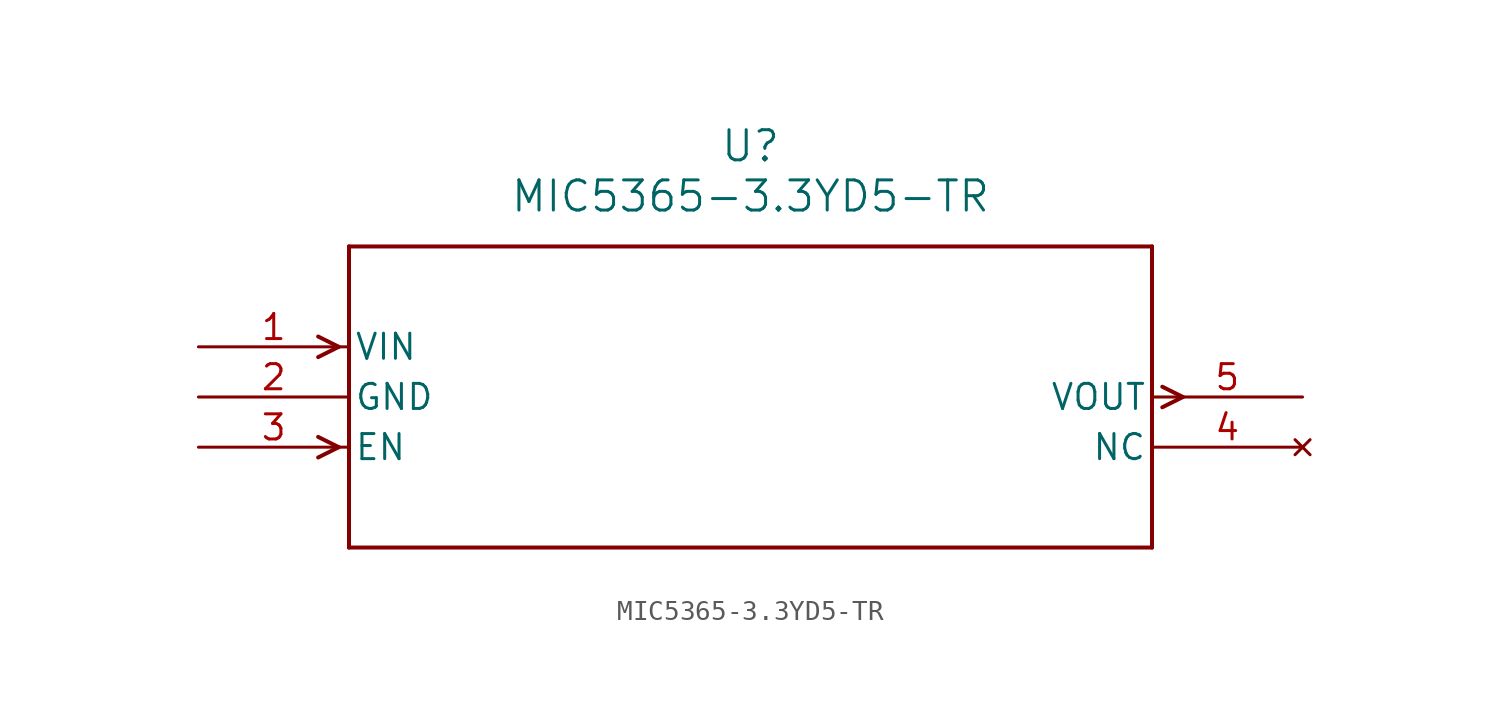
<source format=kicad_sym>
(kicad_symbol_lib
  (version 20211014)
  (generator kicad_symbol_editor)
  (symbol "MIC5365-3.3YD5-TR"
    (pin_names
      (offset 0.254))
    (property "Reference" "U"
      (at 27.94 10.16 0)
      (effects (font (size 1.524 1.524))))
    (property "Value" "MIC5365-3.3YD5-TR"
      (at 27.94 7.62 0)
      (effects (font (size 1.524 1.524))))
    (symbol "MIC5365-3.3YD5-TR_0_1"
      (polyline (pts (xy 7.099 0) (xy 6.058 0.521)) (stroke (width 0.203) (type default) (color 0 0 0 0)) (fill (type none)))
      (polyline (pts (xy 7.099 0) (xy 6.058 -0.521)) (stroke (width 0.203) (type default) (color 0 0 0 0)) (fill (type none)))
      (polyline (pts (xy 7.099 -5.08) (xy 6.058 -4.559)) (stroke (width 0.203) (type default) (color 0 0 0 0)) (fill (type none)))
      (polyline (pts (xy 7.099 -5.08) (xy 6.058 -5.601)) (stroke (width 0.203) (type default) (color 0 0 0 0)) (fill (type none)))
      (polyline (pts (xy 48.781 -2.019) (xy 49.822 -2.54)) (stroke (width 0.203) (type default) (color 0 0 0 0)) (fill (type none)))
      (polyline (pts (xy 48.781 -3.061) (xy 49.822 -2.54)) (stroke (width 0.203) (type default) (color 0 0 0 0)) (fill (type none)))
      (polyline (pts (xy 7.62 5.08) (xy 7.62 -10.16)) (stroke (width 0.203) (type default) (color 0 0 0 0)) (fill (type none)))
      (polyline (pts (xy 7.62 -10.16) (xy 48.26 -10.16)) (stroke (width 0.203) (type default) (color 0 0 0 0)) (fill (type none)))
      (polyline (pts (xy 48.26 -10.16) (xy 48.26 5.08)) (stroke (width 0.203) (type default) (color 0 0 0 0)) (fill (type none)))
      (polyline (pts (xy 48.26 5.08) (xy 7.62 5.08)) (stroke (width 0.203) (type default) (color 0 0 0 0)) (fill (type none)))
      (pin input line (at 0 0 0) (length 7.62) (name "VIN" (effects (font (size 1.27 1.27)))) (number "1" (effects (font (size 1.27 1.27)))))
      (pin power_in line (at 0 -2.54 0) (length 7.62) (name "GND" (effects (font (size 1.27 1.27)))) (number "2" (effects (font (size 1.27 1.27)))))
      (pin input line (at 0 -5.08 0) (length 7.62) (name "EN" (effects (font (size 1.27 1.27)))) (number "3" (effects (font (size 1.27 1.27)))))
      (pin no_connect line (at 55.88 -5.08 180) (length 7.62) (name "NC" (effects (font (size 1.27 1.27)))) (number "4" (effects (font (size 1.27 1.27)))))
      (pin output line (at 55.88 -2.54 180) (length 7.62) (name "VOUT" (effects (font (size 1.27 1.27)))) (number "5" (effects (font (size 1.27 1.27))))))))
</source>
